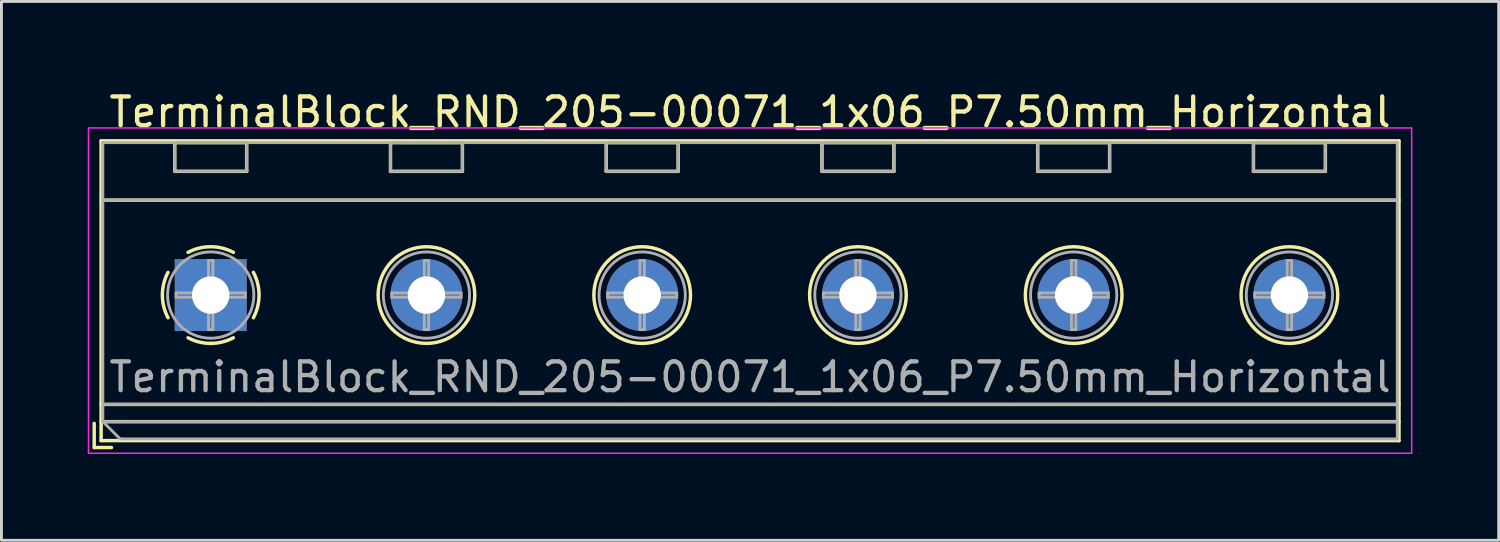
<source format=kicad_pcb>
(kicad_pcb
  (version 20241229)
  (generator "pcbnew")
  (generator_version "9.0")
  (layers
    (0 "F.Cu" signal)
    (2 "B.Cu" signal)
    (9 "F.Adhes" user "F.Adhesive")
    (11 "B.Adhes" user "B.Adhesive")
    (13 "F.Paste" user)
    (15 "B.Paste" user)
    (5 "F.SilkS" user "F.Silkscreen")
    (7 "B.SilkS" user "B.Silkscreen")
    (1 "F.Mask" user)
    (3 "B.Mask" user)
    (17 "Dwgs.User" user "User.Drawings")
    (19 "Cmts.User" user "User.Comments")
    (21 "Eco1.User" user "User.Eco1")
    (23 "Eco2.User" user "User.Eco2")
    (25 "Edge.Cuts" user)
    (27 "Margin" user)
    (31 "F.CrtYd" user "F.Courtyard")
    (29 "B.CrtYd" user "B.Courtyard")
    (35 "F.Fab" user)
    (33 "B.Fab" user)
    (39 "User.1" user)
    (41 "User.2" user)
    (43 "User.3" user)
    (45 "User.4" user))
  (footprint "TerminalBlock_RND_205-00071_1x06_P7.50mm_Horizontal"
    (layer "F.Cu")
    (at 4.275 7.208)
    (property "Reference" "TerminalBlock_RND_205-00071_1x06_P7.50mm_Horizontal" (at 18.75 -6.36 0) (layer "F.SilkS") (effects (font (size 1 1) (thickness 0.15))))
    (attr through_hole)
    (fp_line (start -4.05 4.46) (end -4.05 5.3) (stroke (width 0.12) (type solid)) (layer "F.SilkS"))
    (fp_line (start -4.05 5.3) (end -3.45 5.3) (stroke (width 0.12) (type solid)) (layer "F.SilkS"))
    (fp_line (start -3.81 -5.36) (end -3.81 5.06) (stroke (width 0.12) (type solid)) (layer "F.SilkS"))
    (fp_line (start -3.81 -5.36) (end 41.31 -5.36) (stroke (width 0.12) (type solid)) (layer "F.SilkS"))
    (fp_line (start -3.81 -3.301) (end 41.31 -3.301) (stroke (width 0.12) (type solid)) (layer "F.SilkS"))
    (fp_line (start -3.81 3.8) (end 41.31 3.8) (stroke (width 0.12) (type solid)) (layer "F.SilkS"))
    (fp_line (start -3.81 4.4) (end 41.31 4.4) (stroke (width 0.12) (type solid)) (layer "F.SilkS"))
    (fp_line (start -3.81 5.06) (end 41.31 5.06) (stroke (width 0.12) (type solid)) (layer "F.SilkS"))
    (fp_line (start -1.25 -5.301) (end -1.25 -4.301) (stroke (width 0.12) (type solid)) (layer "F.SilkS"))
    (fp_line (start -1.25 -5.301) (end 1.25 -5.301) (stroke (width 0.12) (type solid)) (layer "F.SilkS"))
    (fp_line (start -1.25 -4.301) (end 1.25 -4.301) (stroke (width 0.12) (type solid)) (layer "F.SilkS"))
    (fp_line (start 1.25 -5.301) (end 1.25 -4.301) (stroke (width 0.12) (type solid)) (layer "F.SilkS"))
    (fp_line (start 6.25 -5.301) (end 6.25 -4.301) (stroke (width 0.12) (type solid)) (layer "F.SilkS"))
    (fp_line (start 6.25 -5.301) (end 8.75 -5.301) (stroke (width 0.12) (type solid)) (layer "F.SilkS"))
    (fp_line (start 6.25 -4.301) (end 8.75 -4.301) (stroke (width 0.12) (type solid)) (layer "F.SilkS"))
    (fp_line (start 8.75 -5.301) (end 8.75 -4.301) (stroke (width 0.12) (type solid)) (layer "F.SilkS"))
    (fp_line (start 13.75 -5.301) (end 13.75 -4.301) (stroke (width 0.12) (type solid)) (layer "F.SilkS"))
    (fp_line (start 13.75 -5.301) (end 16.25 -5.301) (stroke (width 0.12) (type solid)) (layer "F.SilkS"))
    (fp_line (start 13.75 -4.301) (end 16.25 -4.301) (stroke (width 0.12) (type solid)) (layer "F.SilkS"))
    (fp_line (start 16.25 -5.301) (end 16.25 -4.301) (stroke (width 0.12) (type solid)) (layer "F.SilkS"))
    (fp_line (start 21.25 -5.301) (end 21.25 -4.301) (stroke (width 0.12) (type solid)) (layer "F.SilkS"))
    (fp_line (start 21.25 -5.301) (end 23.75 -5.301) (stroke (width 0.12) (type solid)) (layer "F.SilkS"))
    (fp_line (start 21.25 -4.301) (end 23.75 -4.301) (stroke (width 0.12) (type solid)) (layer "F.SilkS"))
    (fp_line (start 23.75 -5.301) (end 23.75 -4.301) (stroke (width 0.12) (type solid)) (layer "F.SilkS"))
    (fp_line (start 28.75 -5.301) (end 28.75 -4.301) (stroke (width 0.12) (type solid)) (layer "F.SilkS"))
    (fp_line (start 28.75 -5.301) (end 31.25 -5.301) (stroke (width 0.12) (type solid)) (layer "F.SilkS"))
    (fp_line (start 28.75 -4.301) (end 31.25 -4.301) (stroke (width 0.12) (type solid)) (layer "F.SilkS"))
    (fp_line (start 31.25 -5.301) (end 31.25 -4.301) (stroke (width 0.12) (type solid)) (layer "F.SilkS"))
    (fp_line (start 36.25 -5.301) (end 36.25 -4.301) (stroke (width 0.12) (type solid)) (layer "F.SilkS"))
    (fp_line (start 36.25 -5.301) (end 38.75 -5.301) (stroke (width 0.12) (type solid)) (layer "F.SilkS"))
    (fp_line (start 36.25 -4.301) (end 38.75 -4.301) (stroke (width 0.12) (type solid)) (layer "F.SilkS"))
    (fp_line (start 38.75 -5.301) (end 38.75 -4.301) (stroke (width 0.12) (type solid)) (layer "F.SilkS"))
    (fp_line (start 41.31 -5.36) (end 41.31 5.06) (stroke (width 0.12) (type solid)) (layer "F.SilkS"))
    (fp_arc (start -1.483953 0.789089) (mid -1.680708 0.00005) (end -1.484 -0.789) (stroke (width 0.12) (type solid)) (layer "F.SilkS"))
    (fp_arc (start -0.789089 -1.483953) (mid -0.00005 -1.680708) (end 0.789 -1.484) (stroke (width 0.12) (type solid)) (layer "F.SilkS"))
    (fp_arc (start 0.029383 1.68045) (mid -0.392304 1.634281) (end -0.789 1.484) (stroke (width 0.12) (type solid)) (layer "F.SilkS"))
    (fp_arc (start 0.788712 1.483352) (mid 0.406429 1.630097) (end 0 1.68) (stroke (width 0.12) (type solid)) (layer "F.SilkS"))
    (fp_arc (start 1.483953 -0.789089) (mid 1.680708 -0.00005) (end 1.484 0.789) (stroke (width 0.12) (type solid)) (layer "F.SilkS"))
    (fp_circle (center 7.5 0) (end 9.18 0) (stroke (width 0.12) (type solid)) (fill no) (layer "F.SilkS"))
    (fp_circle (center 15 0) (end 16.68 0) (stroke (width 0.12) (type solid)) (fill no) (layer "F.SilkS"))
    (fp_circle (center 22.5 0) (end 24.18 0) (stroke (width 0.12) (type solid)) (fill no) (layer "F.SilkS"))
    (fp_circle (center 30 0) (end 31.68 0) (stroke (width 0.12) (type solid)) (fill no) (layer "F.SilkS"))
    (fp_circle (center 37.5 0) (end 39.18 0) (stroke (width 0.12) (type solid)) (fill no) (layer "F.SilkS"))
    (fp_line (start -4.25 -5.81) (end -4.25 5.5) (stroke (width 0.05) (type solid)) (layer "F.CrtYd"))
    (fp_line (start -4.25 5.5) (end 41.75 5.5) (stroke (width 0.05) (type solid)) (layer "F.CrtYd"))
    (fp_line (start 41.75 -5.81) (end -4.25 -5.81) (stroke (width 0.05) (type solid)) (layer "F.CrtYd"))
    (fp_line (start 41.75 5.5) (end 41.75 -5.81) (stroke (width 0.05) (type solid)) (layer "F.CrtYd"))
    (fp_line (start -3.75 -5.3) (end 41.25 -5.3) (stroke (width 0.1) (type solid)) (layer "F.Fab"))
    (fp_line (start -3.75 -3.3) (end 41.25 -3.3) (stroke (width 0.1) (type solid)) (layer "F.Fab"))
    (fp_line (start -3.75 3.8) (end 41.25 3.8) (stroke (width 0.1) (type solid)) (layer "F.Fab"))
    (fp_line (start -3.75 4.4) (end -3.75 -5.3) (stroke (width 0.1) (type solid)) (layer "F.Fab"))
    (fp_line (start -3.75 4.4) (end 41.25 4.4) (stroke (width 0.1) (type solid)) (layer "F.Fab"))
    (fp_line (start -3.15 5) (end -3.75 4.4) (stroke (width 0.1) (type solid)) (layer "F.Fab"))
    (fp_line (start -1.25 -5.3) (end -1.25 -4.3) (stroke (width 0.1) (type solid)) (layer "F.Fab"))
    (fp_line (start -1.25 -4.3) (end 1.25 -4.3) (stroke (width 0.1) (type solid)) (layer "F.Fab"))
    (fp_line (start -1.201 -0.076) (end -0.076 -0.076) (stroke (width 0.1) (type solid)) (layer "F.Fab"))
    (fp_line (start -1.201 0.076) (end -1.201 -0.076) (stroke (width 0.1) (type solid)) (layer "F.Fab"))
    (fp_line (start -0.076 -1.201) (end 0.076 -1.201) (stroke (width 0.1) (type solid)) (layer "F.Fab"))
    (fp_line (start -0.076 -0.076) (end -0.076 -1.201) (stroke (width 0.1) (type solid)) (layer "F.Fab"))
    (fp_line (start -0.076 0.076) (end -1.201 0.076) (stroke (width 0.1) (type solid)) (layer "F.Fab"))
    (fp_line (start -0.076 1.201) (end -0.076 0.076) (stroke (width 0.1) (type solid)) (layer "F.Fab"))
    (fp_line (start 0.076 -1.201) (end 0.076 -0.076) (stroke (width 0.1) (type solid)) (layer "F.Fab"))
    (fp_line (start 0.076 -0.076) (end 1.201 -0.076) (stroke (width 0.1) (type solid)) (layer "F.Fab"))
    (fp_line (start 0.076 0.076) (end 0.076 1.201) (stroke (width 0.1) (type solid)) (layer "F.Fab"))
    (fp_line (start 0.076 1.201) (end -0.076 1.201) (stroke (width 0.1) (type solid)) (layer "F.Fab"))
    (fp_line (start 1.201 -0.076) (end 1.201 0.076) (stroke (width 0.1) (type solid)) (layer "F.Fab"))
    (fp_line (start 1.201 0.076) (end 0.076 0.076) (stroke (width 0.1) (type solid)) (layer "F.Fab"))
    (fp_line (start 1.25 -5.3) (end -1.25 -5.3) (stroke (width 0.1) (type solid)) (layer "F.Fab"))
    (fp_line (start 1.25 -4.3) (end 1.25 -5.3) (stroke (width 0.1) (type solid)) (layer "F.Fab"))
    (fp_line (start 6.25 -5.3) (end 6.25 -4.3) (stroke (width 0.1) (type solid)) (layer "F.Fab"))
    (fp_line (start 6.25 -4.3) (end 8.75 -4.3) (stroke (width 0.1) (type solid)) (layer "F.Fab"))
    (fp_line (start 6.299 -0.076) (end 7.424 -0.076) (stroke (width 0.1) (type solid)) (layer "F.Fab"))
    (fp_line (start 6.299 0.076) (end 6.299 -0.076) (stroke (width 0.1) (type solid)) (layer "F.Fab"))
    (fp_line (start 7.424 -1.201) (end 7.576 -1.201) (stroke (width 0.1) (type solid)) (layer "F.Fab"))
    (fp_line (start 7.424 -0.076) (end 7.424 -1.201) (stroke (width 0.1) (type solid)) (layer "F.Fab"))
    (fp_line (start 7.424 0.076) (end 6.299 0.076) (stroke (width 0.1) (type solid)) (layer "F.Fab"))
    (fp_line (start 7.424 1.201) (end 7.424 0.076) (stroke (width 0.1) (type solid)) (layer "F.Fab"))
    (fp_line (start 7.576 -1.201) (end 7.576 -0.076) (stroke (width 0.1) (type solid)) (layer "F.Fab"))
    (fp_line (start 7.576 -0.076) (end 8.701 -0.076) (stroke (width 0.1) (type solid)) (layer "F.Fab"))
    (fp_line (start 7.576 0.076) (end 7.576 1.201) (stroke (width 0.1) (type solid)) (layer "F.Fab"))
    (fp_line (start 7.576 1.201) (end 7.424 1.201) (stroke (width 0.1) (type solid)) (layer "F.Fab"))
    (fp_line (start 8.701 -0.076) (end 8.701 0.076) (stroke (width 0.1) (type solid)) (layer "F.Fab"))
    (fp_line (start 8.701 0.076) (end 7.576 0.076) (stroke (width 0.1) (type solid)) (layer "F.Fab"))
    (fp_line (start 8.75 -5.3) (end 6.25 -5.3) (stroke (width 0.1) (type solid)) (layer "F.Fab"))
    (fp_line (start 8.75 -4.3) (end 8.75 -5.3) (stroke (width 0.1) (type solid)) (layer "F.Fab"))
    (fp_line (start 13.75 -5.3) (end 13.75 -4.3) (stroke (width 0.1) (type solid)) (layer "F.Fab"))
    (fp_line (start 13.75 -4.3) (end 16.25 -4.3) (stroke (width 0.1) (type solid)) (layer "F.Fab"))
    (fp_line (start 13.799 -0.076) (end 14.924 -0.076) (stroke (width 0.1) (type solid)) (layer "F.Fab"))
    (fp_line (start 13.799 0.076) (end 13.799 -0.076) (stroke (width 0.1) (type solid)) (layer "F.Fab"))
    (fp_line (start 14.924 -1.201) (end 15.076 -1.201) (stroke (width 0.1) (type solid)) (layer "F.Fab"))
    (fp_line (start 14.924 -0.076) (end 14.924 -1.201) (stroke (width 0.1) (type solid)) (layer "F.Fab"))
    (fp_line (start 14.924 0.076) (end 13.799 0.076) (stroke (width 0.1) (type solid)) (layer "F.Fab"))
    (fp_line (start 14.924 1.201) (end 14.924 0.076) (stroke (width 0.1) (type solid)) (layer "F.Fab"))
    (fp_line (start 15.076 -1.201) (end 15.076 -0.076) (stroke (width 0.1) (type solid)) (layer "F.Fab"))
    (fp_line (start 15.076 -0.076) (end 16.201 -0.076) (stroke (width 0.1) (type solid)) (layer "F.Fab"))
    (fp_line (start 15.076 0.076) (end 15.076 1.201) (stroke (width 0.1) (type solid)) (layer "F.Fab"))
    (fp_line (start 15.076 1.201) (end 14.924 1.201) (stroke (width 0.1) (type solid)) (layer "F.Fab"))
    (fp_line (start 16.201 -0.076) (end 16.201 0.076) (stroke (width 0.1) (type solid)) (layer "F.Fab"))
    (fp_line (start 16.201 0.076) (end 15.076 0.076) (stroke (width 0.1) (type solid)) (layer "F.Fab"))
    (fp_line (start 16.25 -5.3) (end 13.75 -5.3) (stroke (width 0.1) (type solid)) (layer "F.Fab"))
    (fp_line (start 16.25 -4.3) (end 16.25 -5.3) (stroke (width 0.1) (type solid)) (layer "F.Fab"))
    (fp_line (start 21.25 -5.3) (end 21.25 -4.3) (stroke (width 0.1) (type solid)) (layer "F.Fab"))
    (fp_line (start 21.25 -4.3) (end 23.75 -4.3) (stroke (width 0.1) (type solid)) (layer "F.Fab"))
    (fp_line (start 21.299 -0.076) (end 22.424 -0.076) (stroke (width 0.1) (type solid)) (layer "F.Fab"))
    (fp_line (start 21.299 0.076) (end 21.299 -0.076) (stroke (width 0.1) (type solid)) (layer "F.Fab"))
    (fp_line (start 22.424 -1.201) (end 22.576 -1.201) (stroke (width 0.1) (type solid)) (layer "F.Fab"))
    (fp_line (start 22.424 -0.076) (end 22.424 -1.201) (stroke (width 0.1) (type solid)) (layer "F.Fab"))
    (fp_line (start 22.424 0.076) (end 21.299 0.076) (stroke (width 0.1) (type solid)) (layer "F.Fab"))
    (fp_line (start 22.424 1.201) (end 22.424 0.076) (stroke (width 0.1) (type solid)) (layer "F.Fab"))
    (fp_line (start 22.576 -1.201) (end 22.576 -0.076) (stroke (width 0.1) (type solid)) (layer "F.Fab"))
    (fp_line (start 22.576 -0.076) (end 23.701 -0.076) (stroke (width 0.1) (type solid)) (layer "F.Fab"))
    (fp_line (start 22.576 0.076) (end 22.576 1.201) (stroke (width 0.1) (type solid)) (layer "F.Fab"))
    (fp_line (start 22.576 1.201) (end 22.424 1.201) (stroke (width 0.1) (type solid)) (layer "F.Fab"))
    (fp_line (start 23.701 -0.076) (end 23.701 0.076) (stroke (width 0.1) (type solid)) (layer "F.Fab"))
    (fp_line (start 23.701 0.076) (end 22.576 0.076) (stroke (width 0.1) (type solid)) (layer "F.Fab"))
    (fp_line (start 23.75 -5.3) (end 21.25 -5.3) (stroke (width 0.1) (type solid)) (layer "F.Fab"))
    (fp_line (start 23.75 -4.3) (end 23.75 -5.3) (stroke (width 0.1) (type solid)) (layer "F.Fab"))
    (fp_line (start 28.75 -5.3) (end 28.75 -4.3) (stroke (width 0.1) (type solid)) (layer "F.Fab"))
    (fp_line (start 28.75 -4.3) (end 31.25 -4.3) (stroke (width 0.1) (type solid)) (layer "F.Fab"))
    (fp_line (start 28.799 -0.076) (end 29.924 -0.076) (stroke (width 0.1) (type solid)) (layer "F.Fab"))
    (fp_line (start 28.799 0.076) (end 28.799 -0.076) (stroke (width 0.1) (type solid)) (layer "F.Fab"))
    (fp_line (start 29.924 -1.201) (end 30.076 -1.201) (stroke (width 0.1) (type solid)) (layer "F.Fab"))
    (fp_line (start 29.924 -0.076) (end 29.924 -1.201) (stroke (width 0.1) (type solid)) (layer "F.Fab"))
    (fp_line (start 29.924 0.076) (end 28.799 0.076) (stroke (width 0.1) (type solid)) (layer "F.Fab"))
    (fp_line (start 29.924 1.201) (end 29.924 0.076) (stroke (width 0.1) (type solid)) (layer "F.Fab"))
    (fp_line (start 30.076 -1.201) (end 30.076 -0.076) (stroke (width 0.1) (type solid)) (layer "F.Fab"))
    (fp_line (start 30.076 -0.076) (end 31.201 -0.076) (stroke (width 0.1) (type solid)) (layer "F.Fab"))
    (fp_line (start 30.076 0.076) (end 30.076 1.201) (stroke (width 0.1) (type solid)) (layer "F.Fab"))
    (fp_line (start 30.076 1.201) (end 29.924 1.201) (stroke (width 0.1) (type solid)) (layer "F.Fab"))
    (fp_line (start 31.201 -0.076) (end 31.201 0.076) (stroke (width 0.1) (type solid)) (layer "F.Fab"))
    (fp_line (start 31.201 0.076) (end 30.076 0.076) (stroke (width 0.1) (type solid)) (layer "F.Fab"))
    (fp_line (start 31.25 -5.3) (end 28.75 -5.3) (stroke (width 0.1) (type solid)) (layer "F.Fab"))
    (fp_line (start 31.25 -4.3) (end 31.25 -5.3) (stroke (width 0.1) (type solid)) (layer "F.Fab"))
    (fp_line (start 36.25 -5.3) (end 36.25 -4.3) (stroke (width 0.1) (type solid)) (layer "F.Fab"))
    (fp_line (start 36.25 -4.3) (end 38.75 -4.3) (stroke (width 0.1) (type solid)) (layer "F.Fab"))
    (fp_line (start 36.299 -0.076) (end 37.424 -0.076) (stroke (width 0.1) (type solid)) (layer "F.Fab"))
    (fp_line (start 36.299 0.076) (end 36.299 -0.076) (stroke (width 0.1) (type solid)) (layer "F.Fab"))
    (fp_line (start 37.424 -1.201) (end 37.576 -1.201) (stroke (width 0.1) (type solid)) (layer "F.Fab"))
    (fp_line (start 37.424 -0.076) (end 37.424 -1.201) (stroke (width 0.1) (type solid)) (layer "F.Fab"))
    (fp_line (start 37.424 0.076) (end 36.299 0.076) (stroke (width 0.1) (type solid)) (layer "F.Fab"))
    (fp_line (start 37.424 1.201) (end 37.424 0.076) (stroke (width 0.1) (type solid)) (layer "F.Fab"))
    (fp_line (start 37.576 -1.201) (end 37.576 -0.076) (stroke (width 0.1) (type solid)) (layer "F.Fab"))
    (fp_line (start 37.576 -0.076) (end 38.701 -0.076) (stroke (width 0.1) (type solid)) (layer "F.Fab"))
    (fp_line (start 37.576 0.076) (end 37.576 1.201) (stroke (width 0.1) (type solid)) (layer "F.Fab"))
    (fp_line (start 37.576 1.201) (end 37.424 1.201) (stroke (width 0.1) (type solid)) (layer "F.Fab"))
    (fp_line (start 38.701 -0.076) (end 38.701 0.076) (stroke (width 0.1) (type solid)) (layer "F.Fab"))
    (fp_line (start 38.701 0.076) (end 37.576 0.076) (stroke (width 0.1) (type solid)) (layer "F.Fab"))
    (fp_line (start 38.75 -5.3) (end 36.25 -5.3) (stroke (width 0.1) (type solid)) (layer "F.Fab"))
    (fp_line (start 38.75 -4.3) (end 38.75 -5.3) (stroke (width 0.1) (type solid)) (layer "F.Fab"))
    (fp_line (start 41.25 -5.3) (end 41.25 5) (stroke (width 0.1) (type solid)) (layer "F.Fab"))
    (fp_line (start 41.25 5) (end -3.15 5) (stroke (width 0.1) (type solid)) (layer "F.Fab"))
    (fp_circle (center 0 0) (end 1.5 0) (stroke (width 0.1) (type solid)) (fill no) (layer "F.Fab"))
    (fp_circle (center 7.5 0) (end 9 0) (stroke (width 0.1) (type solid)) (fill no) (layer "F.Fab"))
    (fp_circle (center 15 0) (end 16.5 0) (stroke (width 0.1) (type solid)) (fill no) (layer "F.Fab"))
    (fp_circle (center 22.5 0) (end 24 0) (stroke (width 0.1) (type solid)) (fill no) (layer "F.Fab"))
    (fp_circle (center 30 0) (end 31.5 0) (stroke (width 0.1) (type solid)) (fill no) (layer "F.Fab"))
    (fp_circle (center 37.5 0) (end 39 0) (stroke (width 0.1) (type solid)) (fill no) (layer "F.Fab"))
    (fp_text user "${REFERENCE}" (at 18.75 2.85 0) (layer "F.Fab") (effects (font (size 1 1) (thickness 0.15))))
    (pad "1" thru_hole rect (at 0 0) (size 2.5 2.5) (drill 1.3) (layers "*.Cu" "*.Mask"))
    (pad "2" thru_hole circle (at 7.5 0) (size 2.5 2.5) (drill 1.3) (layers "*.Cu" "*.Mask"))
    (pad "3" thru_hole circle (at 15 0) (size 2.5 2.5) (drill 1.3) (layers "*.Cu" "*.Mask"))
    (pad "4" thru_hole circle (at 22.5 0) (size 2.5 2.5) (drill 1.3) (layers "*.Cu" "*.Mask"))
    (pad "5" thru_hole circle (at 30 0) (size 2.5 2.5) (drill 1.3) (layers "*.Cu" "*.Mask"))
    (pad "6" thru_hole circle (at 37.5 0) (size 2.5 2.5) (drill 1.3) (layers "*.Cu" "*.Mask")))
  (gr_rect
    (start -3 -3)
    (end 49.05 15.733)
    (stroke (width 0.1) (type default))
    (fill no)
    (layer "Edge.Cuts")))
</source>
